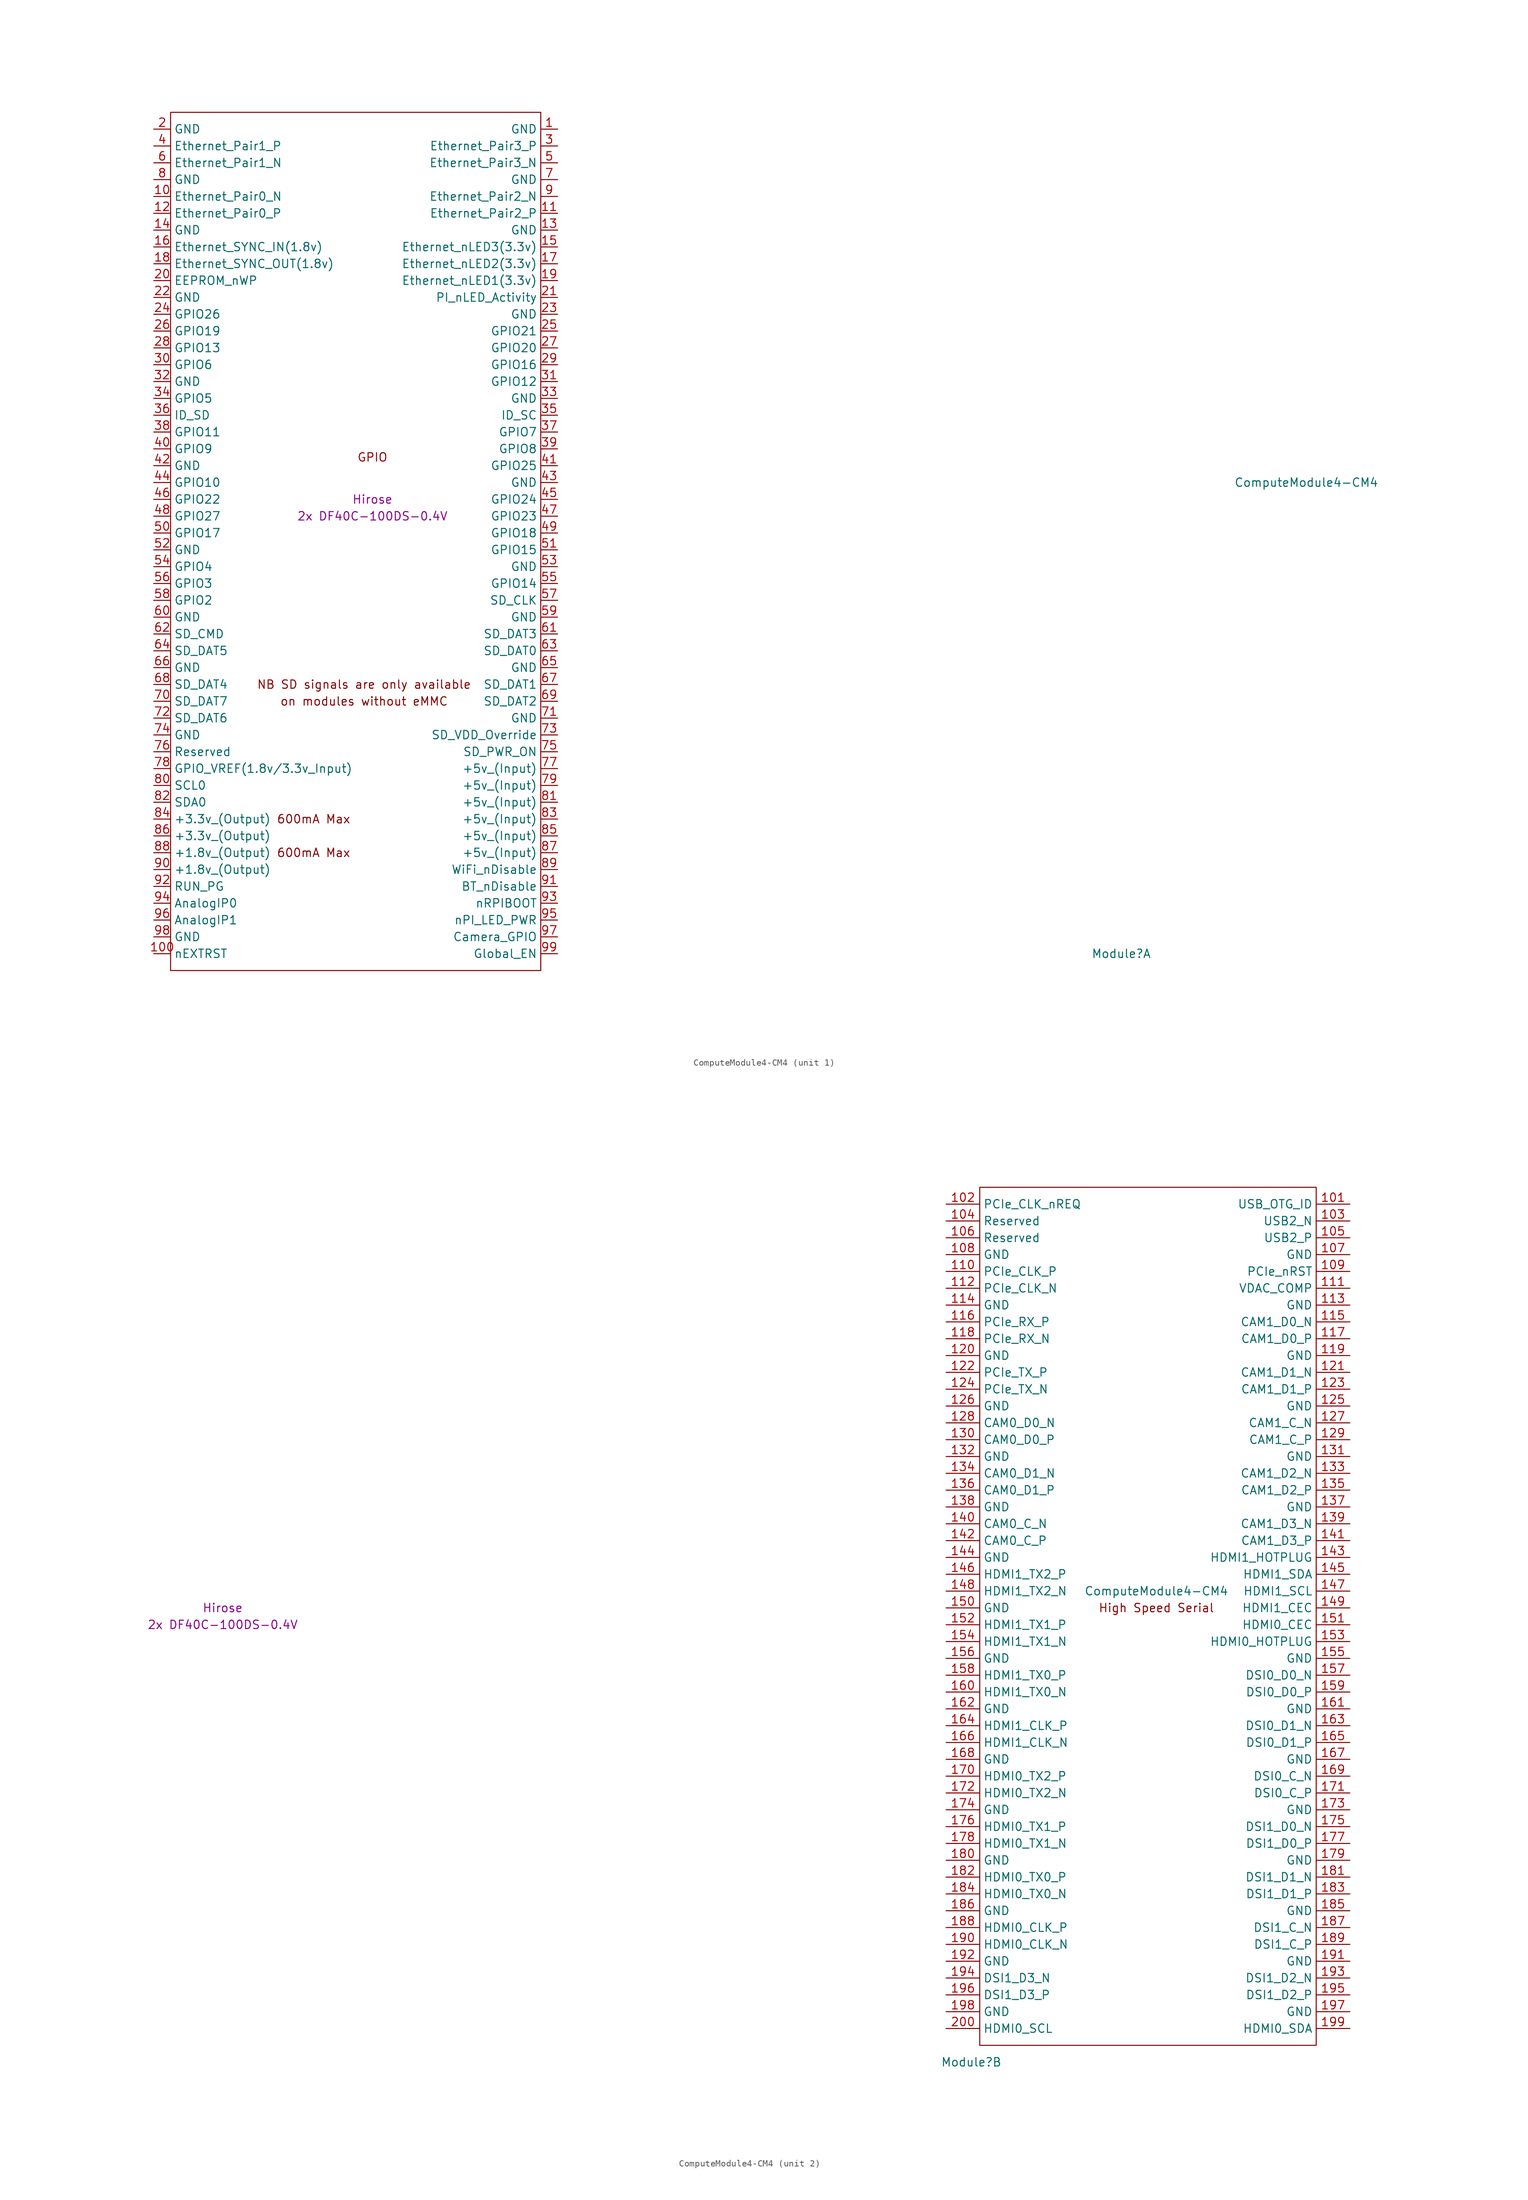
<source format=kicad_sym>
(kicad_symbol_lib
  (version 20201005)
  (generator kicad_symbol_editor)
  (symbol "AP3000:ComputeModule4-CM4"
    (property "Reference" "Module"
      (at 113.03 -68.58 0)
      (effects (font (size 1.27 1.27))))
    (property "Value" "ComputeModule4-CM4"
      (at 140.97 2.54 0)
      (effects (font (size 1.27 1.27))))
    (property "Field4" "Hirose"
      (at 0 0 0)
      (effects (font (size 1.27 1.27))))
    (property "Field5" "2x DF40C-100DS-0.4V"
      (at 0 -2.54 0)
      (effects (font (size 1.27 1.27))))
    (symbol "ComputeModule4-CM4_1_0"
      (text "GPIO" (at 0 6.35 0) (effects (font (size 1.27 1.27)))))
    (symbol "ComputeModule4-CM4_1_1"
      (text "600mA Max" (at -8.89 -53.34 0) (effects (font (size 1.27 1.27))))
      (text "600mA Max" (at -8.89 -48.26 0) (effects (font (size 1.27 1.27))))
      (text "NB SD signals are only available" (at -1.27 -27.94 0) (effects (font (size 1.27 1.27))))
      (text "on modules without eMMC" (at -1.27 -30.48 0) (effects (font (size 1.27 1.27))))
      (rectangle (start -30.48 -71.12) (end 25.4 58.42) (stroke (width 0)) (fill (type none)))
      (pin power_in line (at 27.94 55.88 180) (length 2.54) (name "GND" (effects (font (size 1.27 1.27)))) (number "1" (effects (font (size 1.27 1.27)))))
      (pin passive line (at -33.02 45.72 0) (length 2.54) (name "Ethernet_Pair0_N" (effects (font (size 1.27 1.27)))) (number "10" (effects (font (size 1.27 1.27)))))
      (pin output line (at -33.02 -68.58 0) (length 2.54) (name "nEXTRST" (effects (font (size 1.27 1.27)))) (number "100" (effects (font (size 1.27 1.27)))))
      (pin passive line (at 27.94 43.18 180) (length 2.54) (name "Ethernet_Pair2_P" (effects (font (size 1.27 1.27)))) (number "11" (effects (font (size 1.27 1.27)))))
      (pin passive line (at -33.02 43.18 0) (length 2.54) (name "Ethernet_Pair0_P" (effects (font (size 1.27 1.27)))) (number "12" (effects (font (size 1.27 1.27)))))
      (pin power_in line (at 27.94 40.64 180) (length 2.54) (name "GND" (effects (font (size 1.27 1.27)))) (number "13" (effects (font (size 1.27 1.27)))))
      (pin power_in line (at -33.02 40.64 0) (length 2.54) (name "GND" (effects (font (size 1.27 1.27)))) (number "14" (effects (font (size 1.27 1.27)))))
      (pin output line (at 27.94 38.1 180) (length 2.54) (name "Ethernet_nLED3(3.3v)" (effects (font (size 1.27 1.27)))) (number "15" (effects (font (size 1.27 1.27)))))
      (pin input line (at -33.02 38.1 0) (length 2.54) (name "Ethernet_SYNC_IN(1.8v)" (effects (font (size 1.27 1.27)))) (number "16" (effects (font (size 1.27 1.27)))))
      (pin output line (at 27.94 35.56 180) (length 2.54) (name "Ethernet_nLED2(3.3v)" (effects (font (size 1.27 1.27)))) (number "17" (effects (font (size 1.27 1.27)))))
      (pin input line (at -33.02 35.56 0) (length 2.54) (name "Ethernet_SYNC_OUT(1.8v)" (effects (font (size 1.27 1.27)))) (number "18" (effects (font (size 1.27 1.27)))))
      (pin output line (at 27.94 33.02 180) (length 2.54) (name "Ethernet_nLED1(3.3v)" (effects (font (size 1.27 1.27)))) (number "19" (effects (font (size 1.27 1.27)))))
      (pin power_in line (at -33.02 55.88 0) (length 2.54) (name "GND" (effects (font (size 1.27 1.27)))) (number "2" (effects (font (size 1.27 1.27)))))
      (pin passive line (at -33.02 33.02 0) (length 2.54) (name "EEPROM_nWP" (effects (font (size 1.27 1.27)))) (number "20" (effects (font (size 1.27 1.27)))))
      (pin open_collector line (at 27.94 30.48 180) (length 2.54) (name "PI_nLED_Activity" (effects (font (size 1.27 1.27)))) (number "21" (effects (font (size 1.27 1.27)))))
      (pin power_in line (at -33.02 30.48 0) (length 2.54) (name "GND" (effects (font (size 1.27 1.27)))) (number "22" (effects (font (size 1.27 1.27)))))
      (pin power_in line (at 27.94 27.94 180) (length 2.54) (name "GND" (effects (font (size 1.27 1.27)))) (number "23" (effects (font (size 1.27 1.27)))))
      (pin passive line (at -33.02 27.94 0) (length 2.54) (name "GPIO26" (effects (font (size 1.27 1.27)))) (number "24" (effects (font (size 1.27 1.27)))))
      (pin passive line (at 27.94 25.4 180) (length 2.54) (name "GPIO21" (effects (font (size 1.27 1.27)))) (number "25" (effects (font (size 1.27 1.27)))))
      (pin passive line (at -33.02 25.4 0) (length 2.54) (name "GPIO19" (effects (font (size 1.27 1.27)))) (number "26" (effects (font (size 1.27 1.27)))))
      (pin passive line (at 27.94 22.86 180) (length 2.54) (name "GPIO20" (effects (font (size 1.27 1.27)))) (number "27" (effects (font (size 1.27 1.27)))))
      (pin passive line (at -33.02 22.86 0) (length 2.54) (name "GPIO13" (effects (font (size 1.27 1.27)))) (number "28" (effects (font (size 1.27 1.27)))))
      (pin passive line (at 27.94 20.32 180) (length 2.54) (name "GPIO16" (effects (font (size 1.27 1.27)))) (number "29" (effects (font (size 1.27 1.27)))))
      (pin passive line (at 27.94 53.34 180) (length 2.54) (name "Ethernet_Pair3_P" (effects (font (size 1.27 1.27)))) (number "3" (effects (font (size 1.27 1.27)))))
      (pin passive line (at -33.02 20.32 0) (length 2.54) (name "GPIO6" (effects (font (size 1.27 1.27)))) (number "30" (effects (font (size 1.27 1.27)))))
      (pin passive line (at 27.94 17.78 180) (length 2.54) (name "GPIO12" (effects (font (size 1.27 1.27)))) (number "31" (effects (font (size 1.27 1.27)))))
      (pin power_in line (at -33.02 17.78 0) (length 2.54) (name "GND" (effects (font (size 1.27 1.27)))) (number "32" (effects (font (size 1.27 1.27)))))
      (pin power_in line (at 27.94 15.24 180) (length 2.54) (name "GND" (effects (font (size 1.27 1.27)))) (number "33" (effects (font (size 1.27 1.27)))))
      (pin passive line (at -33.02 15.24 0) (length 2.54) (name "GPIO5" (effects (font (size 1.27 1.27)))) (number "34" (effects (font (size 1.27 1.27)))))
      (pin passive line (at 27.94 12.7 180) (length 2.54) (name "ID_SC" (effects (font (size 1.27 1.27)))) (number "35" (effects (font (size 1.27 1.27)))))
      (pin passive line (at -33.02 12.7 0) (length 2.54) (name "ID_SD" (effects (font (size 1.27 1.27)))) (number "36" (effects (font (size 1.27 1.27)))))
      (pin passive line (at 27.94 10.16 180) (length 2.54) (name "GPIO7" (effects (font (size 1.27 1.27)))) (number "37" (effects (font (size 1.27 1.27)))))
      (pin passive line (at -33.02 10.16 0) (length 2.54) (name "GPIO11" (effects (font (size 1.27 1.27)))) (number "38" (effects (font (size 1.27 1.27)))))
      (pin passive line (at 27.94 7.62 180) (length 2.54) (name "GPIO8" (effects (font (size 1.27 1.27)))) (number "39" (effects (font (size 1.27 1.27)))))
      (pin passive line (at -33.02 53.34 0) (length 2.54) (name "Ethernet_Pair1_P" (effects (font (size 1.27 1.27)))) (number "4" (effects (font (size 1.27 1.27)))))
      (pin passive line (at -33.02 7.62 0) (length 2.54) (name "GPIO9" (effects (font (size 1.27 1.27)))) (number "40" (effects (font (size 1.27 1.27)))))
      (pin passive line (at 27.94 5.08 180) (length 2.54) (name "GPIO25" (effects (font (size 1.27 1.27)))) (number "41" (effects (font (size 1.27 1.27)))))
      (pin power_in line (at -33.02 5.08 0) (length 2.54) (name "GND" (effects (font (size 1.27 1.27)))) (number "42" (effects (font (size 1.27 1.27)))))
      (pin power_in line (at 27.94 2.54 180) (length 2.54) (name "GND" (effects (font (size 1.27 1.27)))) (number "43" (effects (font (size 1.27 1.27)))))
      (pin passive line (at -33.02 2.54 0) (length 2.54) (name "GPIO10" (effects (font (size 1.27 1.27)))) (number "44" (effects (font (size 1.27 1.27)))))
      (pin passive line (at 27.94 0 180) (length 2.54) (name "GPIO24" (effects (font (size 1.27 1.27)))) (number "45" (effects (font (size 1.27 1.27)))))
      (pin passive line (at -33.02 0 0) (length 2.54) (name "GPIO22" (effects (font (size 1.27 1.27)))) (number "46" (effects (font (size 1.27 1.27)))))
      (pin passive line (at 27.94 -2.54 180) (length 2.54) (name "GPIO23" (effects (font (size 1.27 1.27)))) (number "47" (effects (font (size 1.27 1.27)))))
      (pin passive line (at -33.02 -2.54 0) (length 2.54) (name "GPIO27" (effects (font (size 1.27 1.27)))) (number "48" (effects (font (size 1.27 1.27)))))
      (pin passive line (at 27.94 -5.08 180) (length 2.54) (name "GPIO18" (effects (font (size 1.27 1.27)))) (number "49" (effects (font (size 1.27 1.27)))))
      (pin passive line (at 27.94 50.8 180) (length 2.54) (name "Ethernet_Pair3_N" (effects (font (size 1.27 1.27)))) (number "5" (effects (font (size 1.27 1.27)))))
      (pin passive line (at -33.02 -5.08 0) (length 2.54) (name "GPIO17" (effects (font (size 1.27 1.27)))) (number "50" (effects (font (size 1.27 1.27)))))
      (pin passive line (at 27.94 -7.62 180) (length 2.54) (name "GPIO15" (effects (font (size 1.27 1.27)))) (number "51" (effects (font (size 1.27 1.27)))))
      (pin power_in line (at -33.02 -7.62 0) (length 2.54) (name "GND" (effects (font (size 1.27 1.27)))) (number "52" (effects (font (size 1.27 1.27)))))
      (pin power_in line (at 27.94 -10.16 180) (length 2.54) (name "GND" (effects (font (size 1.27 1.27)))) (number "53" (effects (font (size 1.27 1.27)))))
      (pin passive line (at -33.02 -10.16 0) (length 2.54) (name "GPIO4" (effects (font (size 1.27 1.27)))) (number "54" (effects (font (size 1.27 1.27)))))
      (pin passive line (at 27.94 -12.7 180) (length 2.54) (name "GPIO14" (effects (font (size 1.27 1.27)))) (number "55" (effects (font (size 1.27 1.27)))))
      (pin passive line (at -33.02 -12.7 0) (length 2.54) (name "GPIO3" (effects (font (size 1.27 1.27)))) (number "56" (effects (font (size 1.27 1.27)))))
      (pin passive line (at 27.94 -15.24 180) (length 2.54) (name "SD_CLK" (effects (font (size 1.27 1.27)))) (number "57" (effects (font (size 1.27 1.27)))))
      (pin passive line (at -33.02 -15.24 0) (length 2.54) (name "GPIO2" (effects (font (size 1.27 1.27)))) (number "58" (effects (font (size 1.27 1.27)))))
      (pin power_in line (at 27.94 -17.78 180) (length 2.54) (name "GND" (effects (font (size 1.27 1.27)))) (number "59" (effects (font (size 1.27 1.27)))))
      (pin passive line (at -33.02 50.8 0) (length 2.54) (name "Ethernet_Pair1_N" (effects (font (size 1.27 1.27)))) (number "6" (effects (font (size 1.27 1.27)))))
      (pin power_in line (at -33.02 -17.78 0) (length 2.54) (name "GND" (effects (font (size 1.27 1.27)))) (number "60" (effects (font (size 1.27 1.27)))))
      (pin passive line (at 27.94 -20.32 180) (length 2.54) (name "SD_DAT3" (effects (font (size 1.27 1.27)))) (number "61" (effects (font (size 1.27 1.27)))))
      (pin passive line (at -33.02 -20.32 0) (length 2.54) (name "SD_CMD" (effects (font (size 1.27 1.27)))) (number "62" (effects (font (size 1.27 1.27)))))
      (pin passive line (at 27.94 -22.86 180) (length 2.54) (name "SD_DAT0" (effects (font (size 1.27 1.27)))) (number "63" (effects (font (size 1.27 1.27)))))
      (pin passive line (at -33.02 -22.86 0) (length 2.54) (name "SD_DAT5" (effects (font (size 1.27 1.27)))) (number "64" (effects (font (size 1.27 1.27)))))
      (pin power_in line (at 27.94 -25.4 180) (length 2.54) (name "GND" (effects (font (size 1.27 1.27)))) (number "65" (effects (font (size 1.27 1.27)))))
      (pin power_in line (at -33.02 -25.4 0) (length 2.54) (name "GND" (effects (font (size 1.27 1.27)))) (number "66" (effects (font (size 1.27 1.27)))))
      (pin passive line (at 27.94 -27.94 180) (length 2.54) (name "SD_DAT1" (effects (font (size 1.27 1.27)))) (number "67" (effects (font (size 1.27 1.27)))))
      (pin passive line (at -33.02 -27.94 0) (length 2.54) (name "SD_DAT4" (effects (font (size 1.27 1.27)))) (number "68" (effects (font (size 1.27 1.27)))))
      (pin passive line (at 27.94 -30.48 180) (length 2.54) (name "SD_DAT2" (effects (font (size 1.27 1.27)))) (number "69" (effects (font (size 1.27 1.27)))))
      (pin power_in line (at 27.94 48.26 180) (length 2.54) (name "GND" (effects (font (size 1.27 1.27)))) (number "7" (effects (font (size 1.27 1.27)))))
      (pin passive line (at -33.02 -30.48 0) (length 2.54) (name "SD_DAT7" (effects (font (size 1.27 1.27)))) (number "70" (effects (font (size 1.27 1.27)))))
      (pin power_in line (at 27.94 -33.02 180) (length 2.54) (name "GND" (effects (font (size 1.27 1.27)))) (number "71" (effects (font (size 1.27 1.27)))))
      (pin passive line (at -33.02 -33.02 0) (length 2.54) (name "SD_DAT6" (effects (font (size 1.27 1.27)))) (number "72" (effects (font (size 1.27 1.27)))))
      (pin input line (at 27.94 -35.56 180) (length 2.54) (name "SD_VDD_Override" (effects (font (size 1.27 1.27)))) (number "73" (effects (font (size 1.27 1.27)))))
      (pin power_in line (at -33.02 -35.56 0) (length 2.54) (name "GND" (effects (font (size 1.27 1.27)))) (number "74" (effects (font (size 1.27 1.27)))))
      (pin output line (at 27.94 -38.1 180) (length 2.54) (name "SD_PWR_ON" (effects (font (size 1.27 1.27)))) (number "75" (effects (font (size 1.27 1.27)))))
      (pin passive line (at -33.02 -38.1 0) (length 2.54) (name "Reserved" (effects (font (size 1.27 1.27)))) (number "76" (effects (font (size 1.27 1.27)))))
      (pin power_in line (at 27.94 -40.64 180) (length 2.54) (name "+5v_(Input)" (effects (font (size 1.27 1.27)))) (number "77" (effects (font (size 1.27 1.27)))))
      (pin power_in line (at -33.02 -40.64 0) (length 2.54) (name "GPIO_VREF(1.8v/3.3v_Input)" (effects (font (size 1.27 1.27)))) (number "78" (effects (font (size 1.27 1.27)))))
      (pin power_in line (at 27.94 -43.18 180) (length 2.54) (name "+5v_(Input)" (effects (font (size 1.27 1.27)))) (number "79" (effects (font (size 1.27 1.27)))))
      (pin power_in line (at -33.02 48.26 0) (length 2.54) (name "GND" (effects (font (size 1.27 1.27)))) (number "8" (effects (font (size 1.27 1.27)))))
      (pin passive line (at -33.02 -43.18 0) (length 2.54) (name "SCL0" (effects (font (size 1.27 1.27)))) (number "80" (effects (font (size 1.27 1.27)))))
      (pin power_in line (at 27.94 -45.72 180) (length 2.54) (name "+5v_(Input)" (effects (font (size 1.27 1.27)))) (number "81" (effects (font (size 1.27 1.27)))))
      (pin passive line (at -33.02 -45.72 0) (length 2.54) (name "SDA0" (effects (font (size 1.27 1.27)))) (number "82" (effects (font (size 1.27 1.27)))))
      (pin power_in line (at 27.94 -48.26 180) (length 2.54) (name "+5v_(Input)" (effects (font (size 1.27 1.27)))) (number "83" (effects (font (size 1.27 1.27)))))
      (pin power_out line (at -33.02 -48.26 0) (length 2.54) (name "+3.3v_(Output)" (effects (font (size 1.27 1.27)))) (number "84" (effects (font (size 1.27 1.27)))))
      (pin power_in line (at 27.94 -50.8 180) (length 2.54) (name "+5v_(Input)" (effects (font (size 1.27 1.27)))) (number "85" (effects (font (size 1.27 1.27)))))
      (pin power_out line (at -33.02 -50.8 0) (length 2.54) (name "+3.3v_(Output)" (effects (font (size 1.27 1.27)))) (number "86" (effects (font (size 1.27 1.27)))))
      (pin power_in line (at 27.94 -53.34 180) (length 2.54) (name "+5v_(Input)" (effects (font (size 1.27 1.27)))) (number "87" (effects (font (size 1.27 1.27)))))
      (pin power_out line (at -33.02 -53.34 0) (length 2.54) (name "+1.8v_(Output)" (effects (font (size 1.27 1.27)))) (number "88" (effects (font (size 1.27 1.27)))))
      (pin power_in line (at 27.94 -55.88 180) (length 2.54) (name "WiFi_nDisable" (effects (font (size 1.27 1.27)))) (number "89" (effects (font (size 1.27 1.27)))))
      (pin passive line (at 27.94 45.72 180) (length 2.54) (name "Ethernet_Pair2_N" (effects (font (size 1.27 1.27)))) (number "9" (effects (font (size 1.27 1.27)))))
      (pin power_out line (at -33.02 -55.88 0) (length 2.54) (name "+1.8v_(Output)" (effects (font (size 1.27 1.27)))) (number "90" (effects (font (size 1.27 1.27)))))
      (pin power_in line (at 27.94 -58.42 180) (length 2.54) (name "BT_nDisable" (effects (font (size 1.27 1.27)))) (number "91" (effects (font (size 1.27 1.27)))))
      (pin passive line (at -33.02 -58.42 0) (length 2.54) (name "RUN_PG" (effects (font (size 1.27 1.27)))) (number "92" (effects (font (size 1.27 1.27)))))
      (pin input line (at 27.94 -60.96 180) (length 2.54) (name "nRPIBOOT" (effects (font (size 1.27 1.27)))) (number "93" (effects (font (size 1.27 1.27)))))
      (pin passive line (at -33.02 -60.96 0) (length 2.54) (name "AnalogIP0" (effects (font (size 1.27 1.27)))) (number "94" (effects (font (size 1.27 1.27)))))
      (pin output line (at 27.94 -63.5 180) (length 2.54) (name "nPI_LED_PWR" (effects (font (size 1.27 1.27)))) (number "95" (effects (font (size 1.27 1.27)))))
      (pin passive line (at -33.02 -63.5 0) (length 2.54) (name "AnalogIP1" (effects (font (size 1.27 1.27)))) (number "96" (effects (font (size 1.27 1.27)))))
      (pin passive line (at 27.94 -66.04 180) (length 2.54) (name "Camera_GPIO" (effects (font (size 1.27 1.27)))) (number "97" (effects (font (size 1.27 1.27)))))
      (pin power_in line (at -33.02 -66.04 0) (length 2.54) (name "GND" (effects (font (size 1.27 1.27)))) (number "98" (effects (font (size 1.27 1.27)))))
      (pin input line (at 27.94 -68.58 180) (length 2.54) (name "Global_EN" (effects (font (size 1.27 1.27)))) (number "99" (effects (font (size 1.27 1.27))))))
    (symbol "ComputeModule4-CM4_2_1"
      (text "High Speed Serial" (at 140.97 0 0) (effects (font (size 1.27 1.27))))
      (rectangle (start 114.3 -66.04) (end 165.1 63.5) (stroke (width 0)) (fill (type none)))
      (pin input line (at 170.18 60.96 180) (length 5.08) (name "USB_OTG_ID" (effects (font (size 1.27 1.27)))) (number "101" (effects (font (size 1.27 1.27)))))
      (pin input line (at 109.22 60.96 0) (length 5.08) (name "PCIe_CLK_nREQ" (effects (font (size 1.27 1.27)))) (number "102" (effects (font (size 1.27 1.27)))))
      (pin passive line (at 170.18 58.42 180) (length 5.08) (name "USB2_N" (effects (font (size 1.27 1.27)))) (number "103" (effects (font (size 1.27 1.27)))))
      (pin passive line (at 109.22 58.42 0) (length 5.08) (name "Reserved" (effects (font (size 1.27 1.27)))) (number "104" (effects (font (size 1.27 1.27)))))
      (pin passive line (at 170.18 55.88 180) (length 5.08) (name "USB2_P" (effects (font (size 1.27 1.27)))) (number "105" (effects (font (size 1.27 1.27)))))
      (pin passive line (at 109.22 55.88 0) (length 5.08) (name "Reserved" (effects (font (size 1.27 1.27)))) (number "106" (effects (font (size 1.27 1.27)))))
      (pin power_in line (at 170.18 53.34 180) (length 5.08) (name "GND" (effects (font (size 1.27 1.27)))) (number "107" (effects (font (size 1.27 1.27)))))
      (pin power_in line (at 109.22 53.34 0) (length 5.08) (name "GND" (effects (font (size 1.27 1.27)))) (number "108" (effects (font (size 1.27 1.27)))))
      (pin bidirectional line (at 170.18 50.8 180) (length 5.08) (name "PCIe_nRST" (effects (font (size 1.27 1.27)))) (number "109" (effects (font (size 1.27 1.27)))))
      (pin output line (at 109.22 50.8 0) (length 5.08) (name "PCIe_CLK_P" (effects (font (size 1.27 1.27)))) (number "110" (effects (font (size 1.27 1.27)))))
      (pin passive line (at 170.18 48.26 180) (length 5.08) (name "VDAC_COMP" (effects (font (size 1.27 1.27)))) (number "111" (effects (font (size 1.27 1.27)))))
      (pin output line (at 109.22 48.26 0) (length 5.08) (name "PCIe_CLK_N" (effects (font (size 1.27 1.27)))) (number "112" (effects (font (size 1.27 1.27)))))
      (pin power_in line (at 170.18 45.72 180) (length 5.08) (name "GND" (effects (font (size 1.27 1.27)))) (number "113" (effects (font (size 1.27 1.27)))))
      (pin power_in line (at 109.22 45.72 0) (length 5.08) (name "GND" (effects (font (size 1.27 1.27)))) (number "114" (effects (font (size 1.27 1.27)))))
      (pin input line (at 170.18 43.18 180) (length 5.08) (name "CAM1_D0_N" (effects (font (size 1.27 1.27)))) (number "115" (effects (font (size 1.27 1.27)))))
      (pin input line (at 109.22 43.18 0) (length 5.08) (name "PCIe_RX_P" (effects (font (size 1.27 1.27)))) (number "116" (effects (font (size 1.27 1.27)))))
      (pin input line (at 170.18 40.64 180) (length 5.08) (name "CAM1_D0_P" (effects (font (size 1.27 1.27)))) (number "117" (effects (font (size 1.27 1.27)))))
      (pin input line (at 109.22 40.64 0) (length 5.08) (name "PCIe_RX_N" (effects (font (size 1.27 1.27)))) (number "118" (effects (font (size 1.27 1.27)))))
      (pin power_in line (at 170.18 38.1 180) (length 5.08) (name "GND" (effects (font (size 1.27 1.27)))) (number "119" (effects (font (size 1.27 1.27)))))
      (pin power_in line (at 109.22 38.1 0) (length 5.08) (name "GND" (effects (font (size 1.27 1.27)))) (number "120" (effects (font (size 1.27 1.27)))))
      (pin input line (at 170.18 35.56 180) (length 5.08) (name "CAM1_D1_N" (effects (font (size 1.27 1.27)))) (number "121" (effects (font (size 1.27 1.27)))))
      (pin output line (at 109.22 35.56 0) (length 5.08) (name "PCIe_TX_P" (effects (font (size 1.27 1.27)))) (number "122" (effects (font (size 1.27 1.27)))))
      (pin input line (at 170.18 33.02 180) (length 5.08) (name "CAM1_D1_P" (effects (font (size 1.27 1.27)))) (number "123" (effects (font (size 1.27 1.27)))))
      (pin output line (at 109.22 33.02 0) (length 5.08) (name "PCIe_TX_N" (effects (font (size 1.27 1.27)))) (number "124" (effects (font (size 1.27 1.27)))))
      (pin power_in line (at 170.18 30.48 180) (length 5.08) (name "GND" (effects (font (size 1.27 1.27)))) (number "125" (effects (font (size 1.27 1.27)))))
      (pin power_in line (at 109.22 30.48 0) (length 5.08) (name "GND" (effects (font (size 1.27 1.27)))) (number "126" (effects (font (size 1.27 1.27)))))
      (pin input line (at 170.18 27.94 180) (length 5.08) (name "CAM1_C_N" (effects (font (size 1.27 1.27)))) (number "127" (effects (font (size 1.27 1.27)))))
      (pin input line (at 109.22 27.94 0) (length 5.08) (name "CAM0_D0_N" (effects (font (size 1.27 1.27)))) (number "128" (effects (font (size 1.27 1.27)))))
      (pin input line (at 170.18 25.4 180) (length 5.08) (name "CAM1_C_P" (effects (font (size 1.27 1.27)))) (number "129" (effects (font (size 1.27 1.27)))))
      (pin input line (at 109.22 25.4 0) (length 5.08) (name "CAM0_D0_P" (effects (font (size 1.27 1.27)))) (number "130" (effects (font (size 1.27 1.27)))))
      (pin power_in line (at 170.18 22.86 180) (length 5.08) (name "GND" (effects (font (size 1.27 1.27)))) (number "131" (effects (font (size 1.27 1.27)))))
      (pin power_in line (at 109.22 22.86 0) (length 5.08) (name "GND" (effects (font (size 1.27 1.27)))) (number "132" (effects (font (size 1.27 1.27)))))
      (pin input line (at 170.18 20.32 180) (length 5.08) (name "CAM1_D2_N" (effects (font (size 1.27 1.27)))) (number "133" (effects (font (size 1.27 1.27)))))
      (pin input line (at 109.22 20.32 0) (length 5.08) (name "CAM0_D1_N" (effects (font (size 1.27 1.27)))) (number "134" (effects (font (size 1.27 1.27)))))
      (pin input line (at 170.18 17.78 180) (length 5.08) (name "CAM1_D2_P" (effects (font (size 1.27 1.27)))) (number "135" (effects (font (size 1.27 1.27)))))
      (pin input line (at 109.22 17.78 0) (length 5.08) (name "CAM0_D1_P" (effects (font (size 1.27 1.27)))) (number "136" (effects (font (size 1.27 1.27)))))
      (pin power_in line (at 170.18 15.24 180) (length 5.08) (name "GND" (effects (font (size 1.27 1.27)))) (number "137" (effects (font (size 1.27 1.27)))))
      (pin power_in line (at 109.22 15.24 0) (length 5.08) (name "GND" (effects (font (size 1.27 1.27)))) (number "138" (effects (font (size 1.27 1.27)))))
      (pin input line (at 170.18 12.7 180) (length 5.08) (name "CAM1_D3_N" (effects (font (size 1.27 1.27)))) (number "139" (effects (font (size 1.27 1.27)))))
      (pin input line (at 109.22 12.7 0) (length 5.08) (name "CAM0_C_N" (effects (font (size 1.27 1.27)))) (number "140" (effects (font (size 1.27 1.27)))))
      (pin input line (at 170.18 10.16 180) (length 5.08) (name "CAM1_D3_P" (effects (font (size 1.27 1.27)))) (number "141" (effects (font (size 1.27 1.27)))))
      (pin input line (at 109.22 10.16 0) (length 5.08) (name "CAM0_C_P" (effects (font (size 1.27 1.27)))) (number "142" (effects (font (size 1.27 1.27)))))
      (pin input line (at 170.18 7.62 180) (length 5.08) (name "HDMI1_HOTPLUG" (effects (font (size 1.27 1.27)))) (number "143" (effects (font (size 1.27 1.27)))))
      (pin power_in line (at 109.22 7.62 0) (length 5.08) (name "GND" (effects (font (size 1.27 1.27)))) (number "144" (effects (font (size 1.27 1.27)))))
      (pin bidirectional line (at 170.18 5.08 180) (length 5.08) (name "HDMI1_SDA" (effects (font (size 1.27 1.27)))) (number "145" (effects (font (size 1.27 1.27)))))
      (pin output line (at 109.22 5.08 0) (length 5.08) (name "HDMI1_TX2_P" (effects (font (size 1.27 1.27)))) (number "146" (effects (font (size 1.27 1.27)))))
      (pin open_collector line (at 170.18 2.54 180) (length 5.08) (name "HDMI1_SCL" (effects (font (size 1.27 1.27)))) (number "147" (effects (font (size 1.27 1.27)))))
      (pin output line (at 109.22 2.54 0) (length 5.08) (name "HDMI1_TX2_N" (effects (font (size 1.27 1.27)))) (number "148" (effects (font (size 1.27 1.27)))))
      (pin open_collector line (at 170.18 0 180) (length 5.08) (name "HDMI1_CEC" (effects (font (size 1.27 1.27)))) (number "149" (effects (font (size 1.27 1.27)))))
      (pin power_in line (at 109.22 0 0) (length 5.08) (name "GND" (effects (font (size 1.27 1.27)))) (number "150" (effects (font (size 1.27 1.27)))))
      (pin open_collector line (at 170.18 -2.54 180) (length 5.08) (name "HDMI0_CEC" (effects (font (size 1.27 1.27)))) (number "151" (effects (font (size 1.27 1.27)))))
      (pin output line (at 109.22 -2.54 0) (length 5.08) (name "HDMI1_TX1_P" (effects (font (size 1.27 1.27)))) (number "152" (effects (font (size 1.27 1.27)))))
      (pin input line (at 170.18 -5.08 180) (length 5.08) (name "HDMI0_HOTPLUG" (effects (font (size 1.27 1.27)))) (number "153" (effects (font (size 1.27 1.27)))))
      (pin output line (at 109.22 -5.08 0) (length 5.08) (name "HDMI1_TX1_N" (effects (font (size 1.27 1.27)))) (number "154" (effects (font (size 1.27 1.27)))))
      (pin power_in line (at 170.18 -7.62 180) (length 5.08) (name "GND" (effects (font (size 1.27 1.27)))) (number "155" (effects (font (size 1.27 1.27)))))
      (pin power_in line (at 109.22 -7.62 0) (length 5.08) (name "GND" (effects (font (size 1.27 1.27)))) (number "156" (effects (font (size 1.27 1.27)))))
      (pin output line (at 170.18 -10.16 180) (length 5.08) (name "DSI0_D0_N" (effects (font (size 1.27 1.27)))) (number "157" (effects (font (size 1.27 1.27)))))
      (pin output line (at 109.22 -10.16 0) (length 5.08) (name "HDMI1_TX0_P" (effects (font (size 1.27 1.27)))) (number "158" (effects (font (size 1.27 1.27)))))
      (pin output line (at 170.18 -12.7 180) (length 5.08) (name "DSI0_D0_P" (effects (font (size 1.27 1.27)))) (number "159" (effects (font (size 1.27 1.27)))))
      (pin output line (at 109.22 -12.7 0) (length 5.08) (name "HDMI1_TX0_N" (effects (font (size 1.27 1.27)))) (number "160" (effects (font (size 1.27 1.27)))))
      (pin power_in line (at 170.18 -15.24 180) (length 5.08) (name "GND" (effects (font (size 1.27 1.27)))) (number "161" (effects (font (size 1.27 1.27)))))
      (pin power_in line (at 109.22 -15.24 0) (length 5.08) (name "GND" (effects (font (size 1.27 1.27)))) (number "162" (effects (font (size 1.27 1.27)))))
      (pin output line (at 170.18 -17.78 180) (length 5.08) (name "DSI0_D1_N" (effects (font (size 1.27 1.27)))) (number "163" (effects (font (size 1.27 1.27)))))
      (pin output line (at 109.22 -17.78 0) (length 5.08) (name "HDMI1_CLK_P" (effects (font (size 1.27 1.27)))) (number "164" (effects (font (size 1.27 1.27)))))
      (pin output line (at 170.18 -20.32 180) (length 5.08) (name "DSI0_D1_P" (effects (font (size 1.27 1.27)))) (number "165" (effects (font (size 1.27 1.27)))))
      (pin output line (at 109.22 -20.32 0) (length 5.08) (name "HDMI1_CLK_N" (effects (font (size 1.27 1.27)))) (number "166" (effects (font (size 1.27 1.27)))))
      (pin power_in line (at 170.18 -22.86 180) (length 5.08) (name "GND" (effects (font (size 1.27 1.27)))) (number "167" (effects (font (size 1.27 1.27)))))
      (pin power_in line (at 109.22 -22.86 0) (length 5.08) (name "GND" (effects (font (size 1.27 1.27)))) (number "168" (effects (font (size 1.27 1.27)))))
      (pin output line (at 170.18 -25.4 180) (length 5.08) (name "DSI0_C_N" (effects (font (size 1.27 1.27)))) (number "169" (effects (font (size 1.27 1.27)))))
      (pin output line (at 109.22 -25.4 0) (length 5.08) (name "HDMI0_TX2_P" (effects (font (size 1.27 1.27)))) (number "170" (effects (font (size 1.27 1.27)))))
      (pin output line (at 170.18 -27.94 180) (length 5.08) (name "DSI0_C_P" (effects (font (size 1.27 1.27)))) (number "171" (effects (font (size 1.27 1.27)))))
      (pin output line (at 109.22 -27.94 0) (length 5.08) (name "HDMI0_TX2_N" (effects (font (size 1.27 1.27)))) (number "172" (effects (font (size 1.27 1.27)))))
      (pin power_in line (at 170.18 -30.48 180) (length 5.08) (name "GND" (effects (font (size 1.27 1.27)))) (number "173" (effects (font (size 1.27 1.27)))))
      (pin power_in line (at 109.22 -30.48 0) (length 5.08) (name "GND" (effects (font (size 1.27 1.27)))) (number "174" (effects (font (size 1.27 1.27)))))
      (pin output line (at 170.18 -33.02 180) (length 5.08) (name "DSI1_D0_N" (effects (font (size 1.27 1.27)))) (number "175" (effects (font (size 1.27 1.27)))))
      (pin output line (at 109.22 -33.02 0) (length 5.08) (name "HDMI0_TX1_P" (effects (font (size 1.27 1.27)))) (number "176" (effects (font (size 1.27 1.27)))))
      (pin output line (at 170.18 -35.56 180) (length 5.08) (name "DSI1_D0_P" (effects (font (size 1.27 1.27)))) (number "177" (effects (font (size 1.27 1.27)))))
      (pin output line (at 109.22 -35.56 0) (length 5.08) (name "HDMI0_TX1_N" (effects (font (size 1.27 1.27)))) (number "178" (effects (font (size 1.27 1.27)))))
      (pin power_in line (at 170.18 -38.1 180) (length 5.08) (name "GND" (effects (font (size 1.27 1.27)))) (number "179" (effects (font (size 1.27 1.27)))))
      (pin power_in line (at 109.22 -38.1 0) (length 5.08) (name "GND" (effects (font (size 1.27 1.27)))) (number "180" (effects (font (size 1.27 1.27)))))
      (pin output line (at 170.18 -40.64 180) (length 5.08) (name "DSI1_D1_N" (effects (font (size 1.27 1.27)))) (number "181" (effects (font (size 1.27 1.27)))))
      (pin output line (at 109.22 -40.64 0) (length 5.08) (name "HDMI0_TX0_P" (effects (font (size 1.27 1.27)))) (number "182" (effects (font (size 1.27 1.27)))))
      (pin output line (at 170.18 -43.18 180) (length 5.08) (name "DSI1_D1_P" (effects (font (size 1.27 1.27)))) (number "183" (effects (font (size 1.27 1.27)))))
      (pin output line (at 109.22 -43.18 0) (length 5.08) (name "HDMI0_TX0_N" (effects (font (size 1.27 1.27)))) (number "184" (effects (font (size 1.27 1.27)))))
      (pin power_in line (at 170.18 -45.72 180) (length 5.08) (name "GND" (effects (font (size 1.27 1.27)))) (number "185" (effects (font (size 1.27 1.27)))))
      (pin power_in line (at 109.22 -45.72 0) (length 5.08) (name "GND" (effects (font (size 1.27 1.27)))) (number "186" (effects (font (size 1.27 1.27)))))
      (pin output line (at 170.18 -48.26 180) (length 5.08) (name "DSI1_C_N" (effects (font (size 1.27 1.27)))) (number "187" (effects (font (size 1.27 1.27)))))
      (pin output line (at 109.22 -48.26 0) (length 5.08) (name "HDMI0_CLK_P" (effects (font (size 1.27 1.27)))) (number "188" (effects (font (size 1.27 1.27)))))
      (pin output line (at 170.18 -50.8 180) (length 5.08) (name "DSI1_C_P" (effects (font (size 1.27 1.27)))) (number "189" (effects (font (size 1.27 1.27)))))
      (pin output line (at 109.22 -50.8 0) (length 5.08) (name "HDMI0_CLK_N" (effects (font (size 1.27 1.27)))) (number "190" (effects (font (size 1.27 1.27)))))
      (pin power_in line (at 170.18 -53.34 180) (length 5.08) (name "GND" (effects (font (size 1.27 1.27)))) (number "191" (effects (font (size 1.27 1.27)))))
      (pin power_in line (at 109.22 -53.34 0) (length 5.08) (name "GND" (effects (font (size 1.27 1.27)))) (number "192" (effects (font (size 1.27 1.27)))))
      (pin output line (at 170.18 -55.88 180) (length 5.08) (name "DSI1_D2_N" (effects (font (size 1.27 1.27)))) (number "193" (effects (font (size 1.27 1.27)))))
      (pin output line (at 109.22 -55.88 0) (length 5.08) (name "DSI1_D3_N" (effects (font (size 1.27 1.27)))) (number "194" (effects (font (size 1.27 1.27)))))
      (pin output line (at 170.18 -58.42 180) (length 5.08) (name "DSI1_D2_P" (effects (font (size 1.27 1.27)))) (number "195" (effects (font (size 1.27 1.27)))))
      (pin output line (at 109.22 -58.42 0) (length 5.08) (name "DSI1_D3_P" (effects (font (size 1.27 1.27)))) (number "196" (effects (font (size 1.27 1.27)))))
      (pin power_in line (at 170.18 -60.96 180) (length 5.08) (name "GND" (effects (font (size 1.27 1.27)))) (number "197" (effects (font (size 1.27 1.27)))))
      (pin power_in line (at 109.22 -60.96 0) (length 5.08) (name "GND" (effects (font (size 1.27 1.27)))) (number "198" (effects (font (size 1.27 1.27)))))
      (pin bidirectional line (at 170.18 -63.5 180) (length 5.08) (name "HDMI0_SDA" (effects (font (size 1.27 1.27)))) (number "199" (effects (font (size 1.27 1.27)))))
      (pin open_collector line (at 109.22 -63.5 0) (length 5.08) (name "HDMI0_SCL" (effects (font (size 1.27 1.27)))) (number "200" (effects (font (size 1.27 1.27))))))))
</source>
